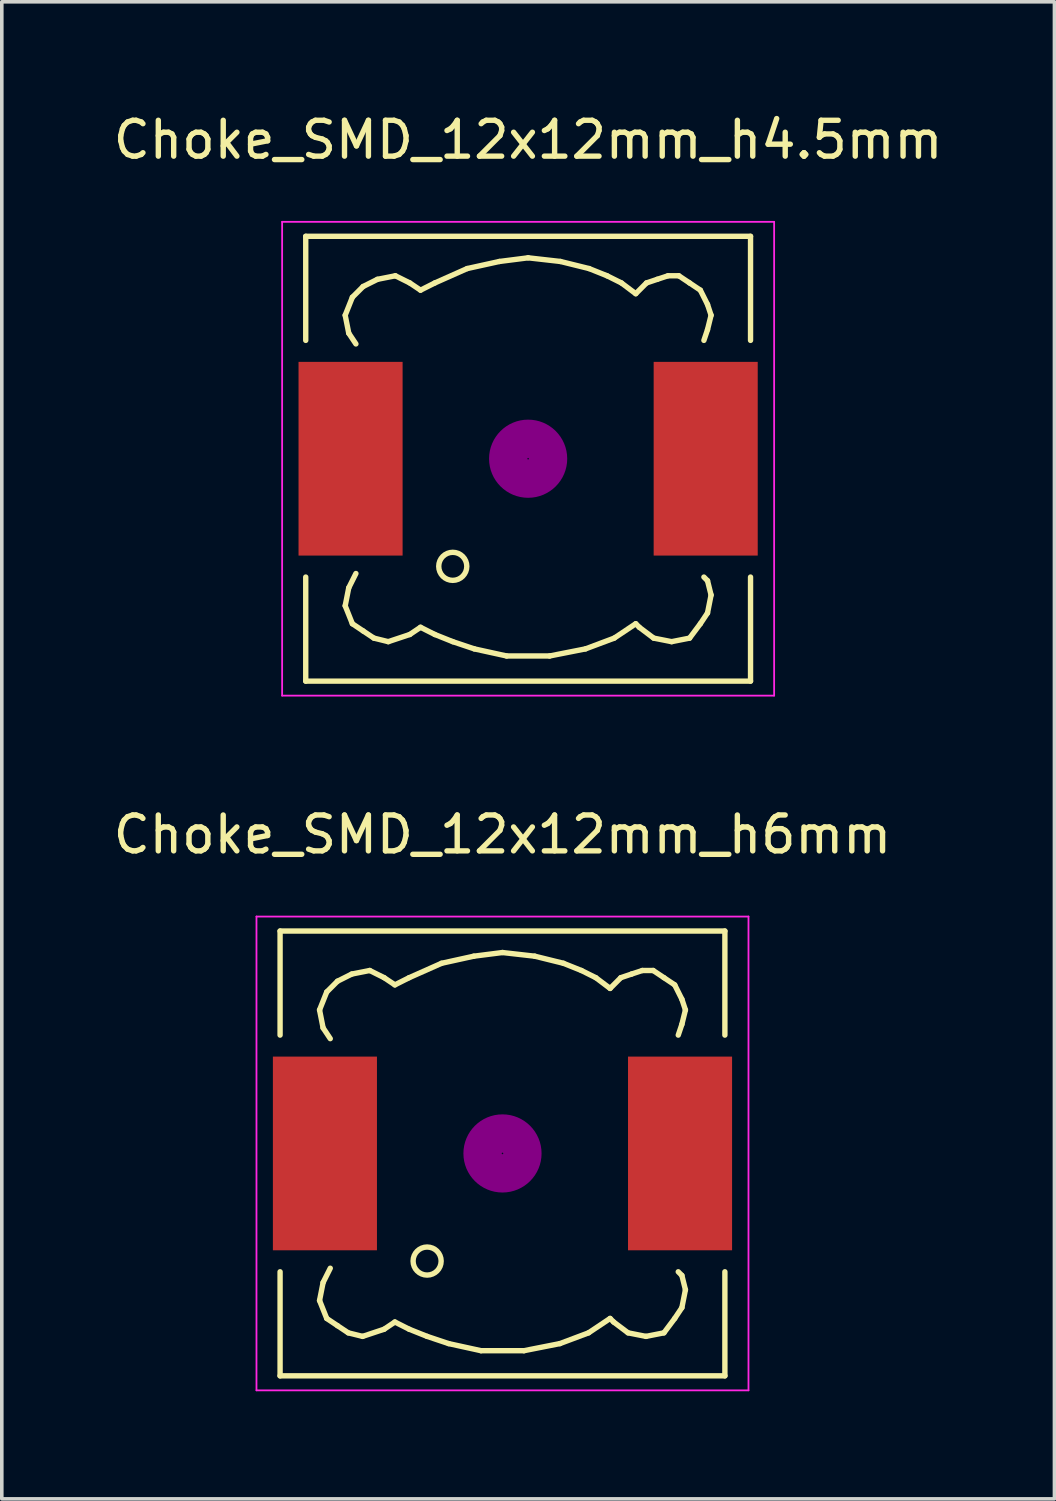
<source format=kicad_pcb>
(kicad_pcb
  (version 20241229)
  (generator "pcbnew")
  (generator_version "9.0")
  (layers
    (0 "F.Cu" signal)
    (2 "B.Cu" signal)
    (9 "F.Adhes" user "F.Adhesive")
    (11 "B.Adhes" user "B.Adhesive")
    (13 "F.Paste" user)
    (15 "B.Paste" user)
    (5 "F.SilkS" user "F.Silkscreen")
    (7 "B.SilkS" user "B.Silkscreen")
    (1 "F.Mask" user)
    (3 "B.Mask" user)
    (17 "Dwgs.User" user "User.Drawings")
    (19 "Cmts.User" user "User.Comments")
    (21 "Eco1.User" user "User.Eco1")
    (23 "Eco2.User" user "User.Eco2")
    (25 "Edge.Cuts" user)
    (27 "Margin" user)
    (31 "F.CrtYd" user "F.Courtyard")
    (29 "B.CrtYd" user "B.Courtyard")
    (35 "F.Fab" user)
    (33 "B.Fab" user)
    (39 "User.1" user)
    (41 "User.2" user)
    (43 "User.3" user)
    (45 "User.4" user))
  (footprint "Choke_SMD_12x12mm_h6mm"
    (layer "F.Cu")
    (at 10.958 29.105)
    (property "Reference" "Choke_SMD_12x12mm_h6mm" (at 0 -8.89 0) (layer "F.SilkS") (effects (font (size 1 1) (thickness 0.15))))
    (attr smd)
    (fp_line (start -6.2 -6.2) (end -6.2 -3.299) (stroke (width 0.15) (type solid)) (layer "F.SilkS"))
    (fp_line (start -6.2 3.299) (end -6.2 6.2) (stroke (width 0.15) (type solid)) (layer "F.SilkS"))
    (fp_line (start -6.2 6.2) (end 6.2 6.2) (stroke (width 0.15) (type solid)) (layer "F.SilkS"))
    (fp_line (start -5.1 -4) (end -5.001 -3.5) (stroke (width 0.15) (type solid)) (layer "F.SilkS"))
    (fp_line (start -5.1 4.1) (end -5.001 3.599) (stroke (width 0.15) (type solid)) (layer "F.SilkS"))
    (fp_line (start -5.001 -3.5) (end -4.801 -3.2) (stroke (width 0.15) (type solid)) (layer "F.SilkS"))
    (fp_line (start -5.001 3.599) (end -4.801 3.2) (stroke (width 0.15) (type solid)) (layer "F.SilkS"))
    (fp_line (start -4.9 -4.501) (end -5.1 -4) (stroke (width 0.15) (type solid)) (layer "F.SilkS"))
    (fp_line (start -4.9 4.6) (end -5.1 4.1) (stroke (width 0.15) (type solid)) (layer "F.SilkS"))
    (fp_line (start -4.6 -4.801) (end -4.9 -4.501) (stroke (width 0.15) (type solid)) (layer "F.SilkS"))
    (fp_line (start -4.6 4.801) (end -4.9 4.6) (stroke (width 0.15) (type solid)) (layer "F.SilkS"))
    (fp_line (start -4.3 5.001) (end -4.6 4.801) (stroke (width 0.15) (type solid)) (layer "F.SilkS"))
    (fp_line (start -4.201 -5.001) (end -4.6 -4.801) (stroke (width 0.15) (type solid)) (layer "F.SilkS"))
    (fp_line (start -3.899 5.1) (end -4.3 5.001) (stroke (width 0.15) (type solid)) (layer "F.SilkS"))
    (fp_line (start -3.701 -5.1) (end -4.201 -5.001) (stroke (width 0.15) (type solid)) (layer "F.SilkS"))
    (fp_line (start -3.299 -4.9) (end -3.701 -5.1) (stroke (width 0.15) (type solid)) (layer "F.SilkS"))
    (fp_line (start -3.299 4.9) (end -3.899 5.1) (stroke (width 0.15) (type solid)) (layer "F.SilkS"))
    (fp_line (start -3 -4.699) (end -3.299 -4.9) (stroke (width 0.15) (type solid)) (layer "F.SilkS"))
    (fp_line (start -3 4.699) (end -3.299 4.9) (stroke (width 0.15) (type solid)) (layer "F.SilkS"))
    (fp_line (start -2.601 -4.9) (end -3 -4.699) (stroke (width 0.15) (type solid)) (layer "F.SilkS"))
    (fp_line (start -2.601 4.9) (end -3 4.699) (stroke (width 0.15) (type solid)) (layer "F.SilkS"))
    (fp_line (start -2.101 5.1) (end -2.601 4.9) (stroke (width 0.15) (type solid)) (layer "F.SilkS"))
    (fp_line (start -1.699 -5.301) (end -2.601 -4.9) (stroke (width 0.15) (type solid)) (layer "F.SilkS"))
    (fp_line (start -1.501 5.301) (end -2.101 5.1) (stroke (width 0.15) (type solid)) (layer "F.SilkS"))
    (fp_line (start -0.8 -5.499) (end -1.699 -5.301) (stroke (width 0.15) (type solid)) (layer "F.SilkS"))
    (fp_line (start -0.599 5.499) (end -1.501 5.301) (stroke (width 0.15) (type solid)) (layer "F.SilkS"))
    (fp_line (start 0 -5.601) (end -0.8 -5.499) (stroke (width 0.15) (type solid)) (layer "F.SilkS"))
    (fp_line (start 0.599 5.499) (end -0.599 5.499) (stroke (width 0.15) (type solid)) (layer "F.SilkS"))
    (fp_line (start 0.899 -5.499) (end 0 -5.601) (stroke (width 0.15) (type solid)) (layer "F.SilkS"))
    (fp_line (start 1.6 5.301) (end 0.599 5.499) (stroke (width 0.15) (type solid)) (layer "F.SilkS"))
    (fp_line (start 1.699 -5.301) (end 0.899 -5.499) (stroke (width 0.15) (type solid)) (layer "F.SilkS"))
    (fp_line (start 2.2 -5.1) (end 1.699 -5.301) (stroke (width 0.15) (type solid)) (layer "F.SilkS"))
    (fp_line (start 2.4 5.001) (end 1.6 5.301) (stroke (width 0.15) (type solid)) (layer "F.SilkS"))
    (fp_line (start 2.601 -4.9) (end 2.2 -5.1) (stroke (width 0.15) (type solid)) (layer "F.SilkS"))
    (fp_line (start 3 -4.6) (end 2.601 -4.9) (stroke (width 0.15) (type solid)) (layer "F.SilkS"))
    (fp_line (start 3 4.6) (end 2.4 5.001) (stroke (width 0.15) (type solid)) (layer "F.SilkS"))
    (fp_line (start 3.099 4.699) (end 3 4.6) (stroke (width 0.15) (type solid)) (layer "F.SilkS"))
    (fp_line (start 3.299 -4.9) (end 3 -4.6) (stroke (width 0.15) (type solid)) (layer "F.SilkS"))
    (fp_line (start 3.5 5.001) (end 3.099 4.699) (stroke (width 0.15) (type solid)) (layer "F.SilkS"))
    (fp_line (start 3.599 -5.001) (end 3.299 -4.9) (stroke (width 0.15) (type solid)) (layer "F.SilkS"))
    (fp_line (start 3.899 -5.1) (end 3.599 -5.001) (stroke (width 0.15) (type solid)) (layer "F.SilkS"))
    (fp_line (start 4 5.1) (end 3.5 5.001) (stroke (width 0.15) (type solid)) (layer "F.SilkS"))
    (fp_line (start 4.201 -5.1) (end 3.899 -5.1) (stroke (width 0.15) (type solid)) (layer "F.SilkS"))
    (fp_line (start 4.501 -4.9) (end 4.201 -5.1) (stroke (width 0.15) (type solid)) (layer "F.SilkS"))
    (fp_line (start 4.501 5.001) (end 4 5.1) (stroke (width 0.15) (type solid)) (layer "F.SilkS"))
    (fp_line (start 4.801 -4.699) (end 4.501 -4.9) (stroke (width 0.15) (type solid)) (layer "F.SilkS"))
    (fp_line (start 4.801 4.6) (end 4.501 5.001) (stroke (width 0.15) (type solid)) (layer "F.SilkS"))
    (fp_line (start 4.9 -3.299) (end 5.001 -3.599) (stroke (width 0.15) (type solid)) (layer "F.SilkS"))
    (fp_line (start 4.9 3.299) (end 5.001 3.401) (stroke (width 0.15) (type solid)) (layer "F.SilkS"))
    (fp_line (start 5.001 -4.3) (end 4.801 -4.699) (stroke (width 0.15) (type solid)) (layer "F.SilkS"))
    (fp_line (start 5.001 -3.599) (end 5.1 -4) (stroke (width 0.15) (type solid)) (layer "F.SilkS"))
    (fp_line (start 5.001 3.401) (end 5.1 3.8) (stroke (width 0.15) (type solid)) (layer "F.SilkS"))
    (fp_line (start 5.001 4.3) (end 4.801 4.6) (stroke (width 0.15) (type solid)) (layer "F.SilkS"))
    (fp_line (start 5.1 -4) (end 5.001 -4.3) (stroke (width 0.15) (type solid)) (layer "F.SilkS"))
    (fp_line (start 5.1 3.8) (end 5.001 4.3) (stroke (width 0.15) (type solid)) (layer "F.SilkS"))
    (fp_line (start 6.2 -6.2) (end -6.2 -6.2) (stroke (width 0.15) (type solid)) (layer "F.SilkS"))
    (fp_line (start 6.2 -6.2) (end 6.2 -3.299) (stroke (width 0.15) (type solid)) (layer "F.SilkS"))
    (fp_line (start 6.2 6.2) (end 6.2 3.299) (stroke (width 0.15) (type solid)) (layer "F.SilkS"))
    (fp_circle (center -2.101 3) (end -1.801 3.251) (stroke (width 0.15) (type solid)) (fill no) (layer "F.SilkS"))
    (fp_circle (center 0 0) (end 0.15 0.15) (stroke (width 0.381) (type solid)) (fill no) (layer "F.Adhes"))
    (fp_circle (center 0 0) (end 0.551 0) (stroke (width 0.381) (type solid)) (fill no) (layer "F.Adhes"))
    (fp_circle (center 0 0) (end 0.899 0) (stroke (width 0.381) (type solid)) (fill no) (layer "F.Adhes"))
    (fp_line (start -6.858 -6.604) (end 6.858 -6.604) (stroke (width 0.05) (type solid)) (layer "F.CrtYd"))
    (fp_line (start -6.858 6.604) (end -6.858 -6.604) (stroke (width 0.05) (type solid)) (layer "F.CrtYd"))
    (fp_line (start 6.858 -6.604) (end 6.858 6.604) (stroke (width 0.05) (type solid)) (layer "F.CrtYd"))
    (fp_line (start 6.858 6.604) (end -6.858 6.604) (stroke (width 0.05) (type solid)) (layer "F.CrtYd"))
    (pad "1" smd rect (at -4.95 0) (size 2.901 5.4) (layers "F.Cu" "F.Mask" "F.Paste"))
    (pad "2" smd rect (at 4.95 0) (size 2.901 5.4) (layers "F.Cu" "F.Mask" "F.Paste")))
  (footprint "Choke_SMD_12x12mm_h4.5mm"
    (layer "F.Cu")
    (at 11.673 9.738)
    (property "Reference" "Choke_SMD_12x12mm_h4.5mm" (at 0 -8.89 0) (layer "F.SilkS") (effects (font (size 1 1) (thickness 0.15))))
    (attr smd)
    (fp_line (start -6.2 -6.2) (end -6.2 -3.299) (stroke (width 0.15) (type solid)) (layer "F.SilkS"))
    (fp_line (start -6.2 3.299) (end -6.2 6.2) (stroke (width 0.15) (type solid)) (layer "F.SilkS"))
    (fp_line (start -6.2 6.2) (end 6.2 6.2) (stroke (width 0.15) (type solid)) (layer "F.SilkS"))
    (fp_line (start -5.1 -4) (end -5.001 -3.5) (stroke (width 0.15) (type solid)) (layer "F.SilkS"))
    (fp_line (start -5.1 4.1) (end -5.001 3.599) (stroke (width 0.15) (type solid)) (layer "F.SilkS"))
    (fp_line (start -5.001 -3.5) (end -4.801 -3.2) (stroke (width 0.15) (type solid)) (layer "F.SilkS"))
    (fp_line (start -5.001 3.599) (end -4.801 3.2) (stroke (width 0.15) (type solid)) (layer "F.SilkS"))
    (fp_line (start -4.9 -4.501) (end -5.1 -4) (stroke (width 0.15) (type solid)) (layer "F.SilkS"))
    (fp_line (start -4.9 4.6) (end -5.1 4.1) (stroke (width 0.15) (type solid)) (layer "F.SilkS"))
    (fp_line (start -4.6 -4.801) (end -4.9 -4.501) (stroke (width 0.15) (type solid)) (layer "F.SilkS"))
    (fp_line (start -4.6 4.801) (end -4.9 4.6) (stroke (width 0.15) (type solid)) (layer "F.SilkS"))
    (fp_line (start -4.3 5.001) (end -4.6 4.801) (stroke (width 0.15) (type solid)) (layer "F.SilkS"))
    (fp_line (start -4.201 -5.001) (end -4.6 -4.801) (stroke (width 0.15) (type solid)) (layer "F.SilkS"))
    (fp_line (start -3.899 5.1) (end -4.3 5.001) (stroke (width 0.15) (type solid)) (layer "F.SilkS"))
    (fp_line (start -3.701 -5.1) (end -4.201 -5.001) (stroke (width 0.15) (type solid)) (layer "F.SilkS"))
    (fp_line (start -3.299 -4.9) (end -3.701 -5.1) (stroke (width 0.15) (type solid)) (layer "F.SilkS"))
    (fp_line (start -3.299 4.9) (end -3.899 5.1) (stroke (width 0.15) (type solid)) (layer "F.SilkS"))
    (fp_line (start -3 -4.699) (end -3.299 -4.9) (stroke (width 0.15) (type solid)) (layer "F.SilkS"))
    (fp_line (start -3 4.699) (end -3.299 4.9) (stroke (width 0.15) (type solid)) (layer "F.SilkS"))
    (fp_line (start -2.601 -4.9) (end -3 -4.699) (stroke (width 0.15) (type solid)) (layer "F.SilkS"))
    (fp_line (start -2.601 4.9) (end -3 4.699) (stroke (width 0.15) (type solid)) (layer "F.SilkS"))
    (fp_line (start -2.101 5.1) (end -2.601 4.9) (stroke (width 0.15) (type solid)) (layer "F.SilkS"))
    (fp_line (start -1.699 -5.301) (end -2.601 -4.9) (stroke (width 0.15) (type solid)) (layer "F.SilkS"))
    (fp_line (start -1.501 5.301) (end -2.101 5.1) (stroke (width 0.15) (type solid)) (layer "F.SilkS"))
    (fp_line (start -0.8 -5.499) (end -1.699 -5.301) (stroke (width 0.15) (type solid)) (layer "F.SilkS"))
    (fp_line (start -0.599 5.499) (end -1.501 5.301) (stroke (width 0.15) (type solid)) (layer "F.SilkS"))
    (fp_line (start 0 -5.601) (end -0.8 -5.499) (stroke (width 0.15) (type solid)) (layer "F.SilkS"))
    (fp_line (start 0.599 5.499) (end -0.599 5.499) (stroke (width 0.15) (type solid)) (layer "F.SilkS"))
    (fp_line (start 0.899 -5.499) (end 0 -5.601) (stroke (width 0.15) (type solid)) (layer "F.SilkS"))
    (fp_line (start 1.6 5.301) (end 0.599 5.499) (stroke (width 0.15) (type solid)) (layer "F.SilkS"))
    (fp_line (start 1.699 -5.301) (end 0.899 -5.499) (stroke (width 0.15) (type solid)) (layer "F.SilkS"))
    (fp_line (start 2.2 -5.1) (end 1.699 -5.301) (stroke (width 0.15) (type solid)) (layer "F.SilkS"))
    (fp_line (start 2.4 5.001) (end 1.6 5.301) (stroke (width 0.15) (type solid)) (layer "F.SilkS"))
    (fp_line (start 2.601 -4.9) (end 2.2 -5.1) (stroke (width 0.15) (type solid)) (layer "F.SilkS"))
    (fp_line (start 3 -4.6) (end 2.601 -4.9) (stroke (width 0.15) (type solid)) (layer "F.SilkS"))
    (fp_line (start 3 4.6) (end 2.4 5.001) (stroke (width 0.15) (type solid)) (layer "F.SilkS"))
    (fp_line (start 3.099 4.699) (end 3 4.6) (stroke (width 0.15) (type solid)) (layer "F.SilkS"))
    (fp_line (start 3.299 -4.9) (end 3 -4.6) (stroke (width 0.15) (type solid)) (layer "F.SilkS"))
    (fp_line (start 3.5 5.001) (end 3.099 4.699) (stroke (width 0.15) (type solid)) (layer "F.SilkS"))
    (fp_line (start 3.599 -5.001) (end 3.299 -4.9) (stroke (width 0.15) (type solid)) (layer "F.SilkS"))
    (fp_line (start 3.899 -5.1) (end 3.599 -5.001) (stroke (width 0.15) (type solid)) (layer "F.SilkS"))
    (fp_line (start 4 5.1) (end 3.5 5.001) (stroke (width 0.15) (type solid)) (layer "F.SilkS"))
    (fp_line (start 4.201 -5.1) (end 3.899 -5.1) (stroke (width 0.15) (type solid)) (layer "F.SilkS"))
    (fp_line (start 4.501 -4.9) (end 4.201 -5.1) (stroke (width 0.15) (type solid)) (layer "F.SilkS"))
    (fp_line (start 4.501 5.001) (end 4 5.1) (stroke (width 0.15) (type solid)) (layer "F.SilkS"))
    (fp_line (start 4.801 -4.699) (end 4.501 -4.9) (stroke (width 0.15) (type solid)) (layer "F.SilkS"))
    (fp_line (start 4.801 4.6) (end 4.501 5.001) (stroke (width 0.15) (type solid)) (layer "F.SilkS"))
    (fp_line (start 4.9 -3.299) (end 5.001 -3.599) (stroke (width 0.15) (type solid)) (layer "F.SilkS"))
    (fp_line (start 4.9 3.299) (end 5.001 3.401) (stroke (width 0.15) (type solid)) (layer "F.SilkS"))
    (fp_line (start 5.001 -4.3) (end 4.801 -4.699) (stroke (width 0.15) (type solid)) (layer "F.SilkS"))
    (fp_line (start 5.001 -3.599) (end 5.1 -4) (stroke (width 0.15) (type solid)) (layer "F.SilkS"))
    (fp_line (start 5.001 3.401) (end 5.1 3.8) (stroke (width 0.15) (type solid)) (layer "F.SilkS"))
    (fp_line (start 5.001 4.3) (end 4.801 4.6) (stroke (width 0.15) (type solid)) (layer "F.SilkS"))
    (fp_line (start 5.1 -4) (end 5.001 -4.3) (stroke (width 0.15) (type solid)) (layer "F.SilkS"))
    (fp_line (start 5.1 3.8) (end 5.001 4.3) (stroke (width 0.15) (type solid)) (layer "F.SilkS"))
    (fp_line (start 6.2 -6.2) (end -6.2 -6.2) (stroke (width 0.15) (type solid)) (layer "F.SilkS"))
    (fp_line (start 6.2 -6.2) (end 6.2 -3.299) (stroke (width 0.15) (type solid)) (layer "F.SilkS"))
    (fp_line (start 6.2 6.2) (end 6.2 3.299) (stroke (width 0.15) (type solid)) (layer "F.SilkS"))
    (fp_circle (center -2.101 3) (end -1.801 3.251) (stroke (width 0.15) (type solid)) (fill no) (layer "F.SilkS"))
    (fp_circle (center 0 0) (end 0.15 0.15) (stroke (width 0.381) (type solid)) (fill no) (layer "F.Adhes"))
    (fp_circle (center 0 0) (end 0.551 0) (stroke (width 0.381) (type solid)) (fill no) (layer "F.Adhes"))
    (fp_circle (center 0 0) (end 0.899 0) (stroke (width 0.381) (type solid)) (fill no) (layer "F.Adhes"))
    (fp_line (start -6.858 -6.604) (end 6.858 -6.604) (stroke (width 0.05) (type solid)) (layer "F.CrtYd"))
    (fp_line (start -6.858 6.604) (end -6.858 -6.604) (stroke (width 0.05) (type solid)) (layer "F.CrtYd"))
    (fp_line (start 6.858 -6.604) (end 6.858 6.604) (stroke (width 0.05) (type solid)) (layer "F.CrtYd"))
    (fp_line (start 6.858 6.604) (end -6.858 6.604) (stroke (width 0.05) (type solid)) (layer "F.CrtYd"))
    (pad "1" smd rect (at -4.95 0) (size 2.901 5.4) (layers "F.Cu" "F.Mask" "F.Paste"))
    (pad "2" smd rect (at 4.95 0) (size 2.901 5.4) (layers "F.Cu" "F.Mask" "F.Paste")))
  (gr_rect
    (start -3 -3)
    (end 26.345 38.734)
    (stroke (width 0.1) (type default))
    (fill no)
    (layer "Edge.Cuts")))
</source>
